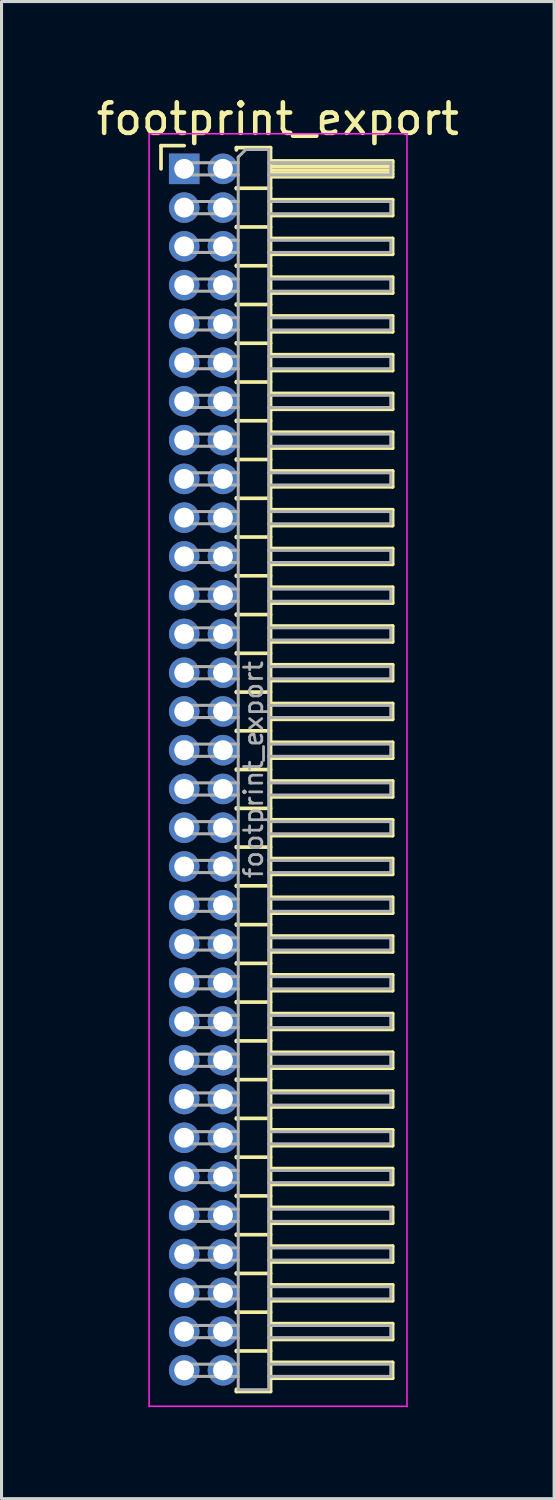
<source format=kicad_pcb>
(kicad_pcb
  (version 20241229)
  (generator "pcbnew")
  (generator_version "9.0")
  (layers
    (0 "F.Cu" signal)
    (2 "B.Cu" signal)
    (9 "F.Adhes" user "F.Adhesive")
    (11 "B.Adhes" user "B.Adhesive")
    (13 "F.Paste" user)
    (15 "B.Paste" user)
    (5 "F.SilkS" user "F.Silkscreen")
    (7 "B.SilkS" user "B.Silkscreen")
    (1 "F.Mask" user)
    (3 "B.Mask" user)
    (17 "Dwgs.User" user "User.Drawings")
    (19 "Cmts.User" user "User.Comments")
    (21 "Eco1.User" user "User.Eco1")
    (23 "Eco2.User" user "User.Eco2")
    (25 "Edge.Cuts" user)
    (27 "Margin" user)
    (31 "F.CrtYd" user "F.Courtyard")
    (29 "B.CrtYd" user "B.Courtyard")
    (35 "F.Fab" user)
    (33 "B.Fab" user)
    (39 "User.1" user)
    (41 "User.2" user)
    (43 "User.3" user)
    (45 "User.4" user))
  (footprint "footprint_export"
    (layer "F.Cu")
    (at 2.986 2.483)
    (property "Reference" "footprint_export" (at 3.067 -1.635 0) (layer "F.SilkS") (effects (font (size 1 1) (thickness 0.15))))
    (attr through_hole)
    (fp_line (start -0.76 -0.76) (end 0 -0.76) (stroke (width 0.12) (type solid)) (layer "F.SilkS"))
    (fp_line (start -0.76 0) (end -0.76 -0.76) (stroke (width 0.12) (type solid)) (layer "F.SilkS"))
    (fp_line (start 1.71 -0.695) (end 2.83 -0.695) (stroke (width 0.12) (type solid)) (layer "F.SilkS"))
    (fp_line (start 1.71 -0.62) (end 1.71 -0.695) (stroke (width 0.12) (type solid)) (layer "F.SilkS"))
    (fp_line (start 1.71 0.62) (end 1.71 0.65) (stroke (width 0.12) (type solid)) (layer "F.SilkS"))
    (fp_line (start 1.71 0.635) (end 2.83 0.635) (stroke (width 0.12) (type solid)) (layer "F.SilkS"))
    (fp_line (start 1.71 1.89) (end 1.71 1.92) (stroke (width 0.12) (type solid)) (layer "F.SilkS"))
    (fp_line (start 1.71 1.905) (end 2.83 1.905) (stroke (width 0.12) (type solid)) (layer "F.SilkS"))
    (fp_line (start 1.71 3.16) (end 1.71 3.19) (stroke (width 0.12) (type solid)) (layer "F.SilkS"))
    (fp_line (start 1.71 3.175) (end 2.83 3.175) (stroke (width 0.12) (type solid)) (layer "F.SilkS"))
    (fp_line (start 1.71 4.43) (end 1.71 4.46) (stroke (width 0.12) (type solid)) (layer "F.SilkS"))
    (fp_line (start 1.71 4.445) (end 2.83 4.445) (stroke (width 0.12) (type solid)) (layer "F.SilkS"))
    (fp_line (start 1.71 5.7) (end 1.71 5.73) (stroke (width 0.12) (type solid)) (layer "F.SilkS"))
    (fp_line (start 1.71 5.715) (end 2.83 5.715) (stroke (width 0.12) (type solid)) (layer "F.SilkS"))
    (fp_line (start 1.71 6.97) (end 1.71 7) (stroke (width 0.12) (type solid)) (layer "F.SilkS"))
    (fp_line (start 1.71 6.985) (end 2.83 6.985) (stroke (width 0.12) (type solid)) (layer "F.SilkS"))
    (fp_line (start 1.71 8.24) (end 1.71 8.27) (stroke (width 0.12) (type solid)) (layer "F.SilkS"))
    (fp_line (start 1.71 8.255) (end 2.83 8.255) (stroke (width 0.12) (type solid)) (layer "F.SilkS"))
    (fp_line (start 1.71 9.51) (end 1.71 9.54) (stroke (width 0.12) (type solid)) (layer "F.SilkS"))
    (fp_line (start 1.71 9.525) (end 2.83 9.525) (stroke (width 0.12) (type solid)) (layer "F.SilkS"))
    (fp_line (start 1.71 10.78) (end 1.71 10.81) (stroke (width 0.12) (type solid)) (layer "F.SilkS"))
    (fp_line (start 1.71 10.795) (end 2.83 10.795) (stroke (width 0.12) (type solid)) (layer "F.SilkS"))
    (fp_line (start 1.71 12.05) (end 1.71 12.08) (stroke (width 0.12) (type solid)) (layer "F.SilkS"))
    (fp_line (start 1.71 12.065) (end 2.83 12.065) (stroke (width 0.12) (type solid)) (layer "F.SilkS"))
    (fp_line (start 1.71 13.32) (end 1.71 13.35) (stroke (width 0.12) (type solid)) (layer "F.SilkS"))
    (fp_line (start 1.71 13.335) (end 2.83 13.335) (stroke (width 0.12) (type solid)) (layer "F.SilkS"))
    (fp_line (start 1.71 14.59) (end 1.71 14.62) (stroke (width 0.12) (type solid)) (layer "F.SilkS"))
    (fp_line (start 1.71 14.605) (end 2.83 14.605) (stroke (width 0.12) (type solid)) (layer "F.SilkS"))
    (fp_line (start 1.71 15.86) (end 1.71 15.89) (stroke (width 0.12) (type solid)) (layer "F.SilkS"))
    (fp_line (start 1.71 15.875) (end 2.83 15.875) (stroke (width 0.12) (type solid)) (layer "F.SilkS"))
    (fp_line (start 1.71 17.13) (end 1.71 17.16) (stroke (width 0.12) (type solid)) (layer "F.SilkS"))
    (fp_line (start 1.71 17.145) (end 2.83 17.145) (stroke (width 0.12) (type solid)) (layer "F.SilkS"))
    (fp_line (start 1.71 18.4) (end 1.71 18.43) (stroke (width 0.12) (type solid)) (layer "F.SilkS"))
    (fp_line (start 1.71 18.415) (end 2.83 18.415) (stroke (width 0.12) (type solid)) (layer "F.SilkS"))
    (fp_line (start 1.71 19.67) (end 1.71 19.7) (stroke (width 0.12) (type solid)) (layer "F.SilkS"))
    (fp_line (start 1.71 19.685) (end 2.83 19.685) (stroke (width 0.12) (type solid)) (layer "F.SilkS"))
    (fp_line (start 1.71 20.94) (end 1.71 20.97) (stroke (width 0.12) (type solid)) (layer "F.SilkS"))
    (fp_line (start 1.71 20.955) (end 2.83 20.955) (stroke (width 0.12) (type solid)) (layer "F.SilkS"))
    (fp_line (start 1.71 22.21) (end 1.71 22.24) (stroke (width 0.12) (type solid)) (layer "F.SilkS"))
    (fp_line (start 1.71 22.225) (end 2.83 22.225) (stroke (width 0.12) (type solid)) (layer "F.SilkS"))
    (fp_line (start 1.71 23.48) (end 1.71 23.51) (stroke (width 0.12) (type solid)) (layer "F.SilkS"))
    (fp_line (start 1.71 23.495) (end 2.83 23.495) (stroke (width 0.12) (type solid)) (layer "F.SilkS"))
    (fp_line (start 1.71 24.75) (end 1.71 24.78) (stroke (width 0.12) (type solid)) (layer "F.SilkS"))
    (fp_line (start 1.71 24.765) (end 2.83 24.765) (stroke (width 0.12) (type solid)) (layer "F.SilkS"))
    (fp_line (start 1.71 26.02) (end 1.71 26.05) (stroke (width 0.12) (type solid)) (layer "F.SilkS"))
    (fp_line (start 1.71 26.035) (end 2.83 26.035) (stroke (width 0.12) (type solid)) (layer "F.SilkS"))
    (fp_line (start 1.71 27.29) (end 1.71 27.32) (stroke (width 0.12) (type solid)) (layer "F.SilkS"))
    (fp_line (start 1.71 27.305) (end 2.83 27.305) (stroke (width 0.12) (type solid)) (layer "F.SilkS"))
    (fp_line (start 1.71 28.56) (end 1.71 28.59) (stroke (width 0.12) (type solid)) (layer "F.SilkS"))
    (fp_line (start 1.71 28.575) (end 2.83 28.575) (stroke (width 0.12) (type solid)) (layer "F.SilkS"))
    (fp_line (start 1.71 29.83) (end 1.71 29.86) (stroke (width 0.12) (type solid)) (layer "F.SilkS"))
    (fp_line (start 1.71 29.845) (end 2.83 29.845) (stroke (width 0.12) (type solid)) (layer "F.SilkS"))
    (fp_line (start 1.71 31.1) (end 1.71 31.13) (stroke (width 0.12) (type solid)) (layer "F.SilkS"))
    (fp_line (start 1.71 31.115) (end 2.83 31.115) (stroke (width 0.12) (type solid)) (layer "F.SilkS"))
    (fp_line (start 1.71 32.37) (end 1.71 32.4) (stroke (width 0.12) (type solid)) (layer "F.SilkS"))
    (fp_line (start 1.71 32.385) (end 2.83 32.385) (stroke (width 0.12) (type solid)) (layer "F.SilkS"))
    (fp_line (start 1.71 33.64) (end 1.71 33.67) (stroke (width 0.12) (type solid)) (layer "F.SilkS"))
    (fp_line (start 1.71 33.655) (end 2.83 33.655) (stroke (width 0.12) (type solid)) (layer "F.SilkS"))
    (fp_line (start 1.71 34.91) (end 1.71 34.94) (stroke (width 0.12) (type solid)) (layer "F.SilkS"))
    (fp_line (start 1.71 34.925) (end 2.83 34.925) (stroke (width 0.12) (type solid)) (layer "F.SilkS"))
    (fp_line (start 1.71 36.18) (end 1.71 36.21) (stroke (width 0.12) (type solid)) (layer "F.SilkS"))
    (fp_line (start 1.71 36.195) (end 2.83 36.195) (stroke (width 0.12) (type solid)) (layer "F.SilkS"))
    (fp_line (start 1.71 37.45) (end 1.71 37.48) (stroke (width 0.12) (type solid)) (layer "F.SilkS"))
    (fp_line (start 1.71 37.465) (end 2.83 37.465) (stroke (width 0.12) (type solid)) (layer "F.SilkS"))
    (fp_line (start 1.71 38.72) (end 1.71 38.75) (stroke (width 0.12) (type solid)) (layer "F.SilkS"))
    (fp_line (start 1.71 38.735) (end 2.83 38.735) (stroke (width 0.12) (type solid)) (layer "F.SilkS"))
    (fp_line (start 1.71 40.065) (end 1.71 39.99) (stroke (width 0.12) (type solid)) (layer "F.SilkS"))
    (fp_line (start 2.83 -0.695) (end 2.83 40.065) (stroke (width 0.12) (type solid)) (layer "F.SilkS"))
    (fp_line (start 2.83 -0.26) (end 6.83 -0.26) (stroke (width 0.12) (type solid)) (layer "F.SilkS"))
    (fp_line (start 2.83 -0.2) (end 6.83 -0.2) (stroke (width 0.12) (type solid)) (layer "F.SilkS"))
    (fp_line (start 2.83 -0.08) (end 6.83 -0.08) (stroke (width 0.12) (type solid)) (layer "F.SilkS"))
    (fp_line (start 2.83 0.04) (end 6.83 0.04) (stroke (width 0.12) (type solid)) (layer "F.SilkS"))
    (fp_line (start 2.83 0.16) (end 6.83 0.16) (stroke (width 0.12) (type solid)) (layer "F.SilkS"))
    (fp_line (start 2.83 1.01) (end 6.83 1.01) (stroke (width 0.12) (type solid)) (layer "F.SilkS"))
    (fp_line (start 2.83 2.28) (end 6.83 2.28) (stroke (width 0.12) (type solid)) (layer "F.SilkS"))
    (fp_line (start 2.83 3.55) (end 6.83 3.55) (stroke (width 0.12) (type solid)) (layer "F.SilkS"))
    (fp_line (start 2.83 4.82) (end 6.83 4.82) (stroke (width 0.12) (type solid)) (layer "F.SilkS"))
    (fp_line (start 2.83 6.09) (end 6.83 6.09) (stroke (width 0.12) (type solid)) (layer "F.SilkS"))
    (fp_line (start 2.83 7.36) (end 6.83 7.36) (stroke (width 0.12) (type solid)) (layer "F.SilkS"))
    (fp_line (start 2.83 8.63) (end 6.83 8.63) (stroke (width 0.12) (type solid)) (layer "F.SilkS"))
    (fp_line (start 2.83 9.9) (end 6.83 9.9) (stroke (width 0.12) (type solid)) (layer "F.SilkS"))
    (fp_line (start 2.83 11.17) (end 6.83 11.17) (stroke (width 0.12) (type solid)) (layer "F.SilkS"))
    (fp_line (start 2.83 12.44) (end 6.83 12.44) (stroke (width 0.12) (type solid)) (layer "F.SilkS"))
    (fp_line (start 2.83 13.71) (end 6.83 13.71) (stroke (width 0.12) (type solid)) (layer "F.SilkS"))
    (fp_line (start 2.83 14.98) (end 6.83 14.98) (stroke (width 0.12) (type solid)) (layer "F.SilkS"))
    (fp_line (start 2.83 16.25) (end 6.83 16.25) (stroke (width 0.12) (type solid)) (layer "F.SilkS"))
    (fp_line (start 2.83 17.52) (end 6.83 17.52) (stroke (width 0.12) (type solid)) (layer "F.SilkS"))
    (fp_line (start 2.83 18.79) (end 6.83 18.79) (stroke (width 0.12) (type solid)) (layer "F.SilkS"))
    (fp_line (start 2.83 20.06) (end 6.83 20.06) (stroke (width 0.12) (type solid)) (layer "F.SilkS"))
    (fp_line (start 2.83 21.33) (end 6.83 21.33) (stroke (width 0.12) (type solid)) (layer "F.SilkS"))
    (fp_line (start 2.83 22.6) (end 6.83 22.6) (stroke (width 0.12) (type solid)) (layer "F.SilkS"))
    (fp_line (start 2.83 23.87) (end 6.83 23.87) (stroke (width 0.12) (type solid)) (layer "F.SilkS"))
    (fp_line (start 2.83 25.14) (end 6.83 25.14) (stroke (width 0.12) (type solid)) (layer "F.SilkS"))
    (fp_line (start 2.83 26.41) (end 6.83 26.41) (stroke (width 0.12) (type solid)) (layer "F.SilkS"))
    (fp_line (start 2.83 27.68) (end 6.83 27.68) (stroke (width 0.12) (type solid)) (layer "F.SilkS"))
    (fp_line (start 2.83 28.95) (end 6.83 28.95) (stroke (width 0.12) (type solid)) (layer "F.SilkS"))
    (fp_line (start 2.83 30.22) (end 6.83 30.22) (stroke (width 0.12) (type solid)) (layer "F.SilkS"))
    (fp_line (start 2.83 31.49) (end 6.83 31.49) (stroke (width 0.12) (type solid)) (layer "F.SilkS"))
    (fp_line (start 2.83 32.76) (end 6.83 32.76) (stroke (width 0.12) (type solid)) (layer "F.SilkS"))
    (fp_line (start 2.83 34.03) (end 6.83 34.03) (stroke (width 0.12) (type solid)) (layer "F.SilkS"))
    (fp_line (start 2.83 35.3) (end 6.83 35.3) (stroke (width 0.12) (type solid)) (layer "F.SilkS"))
    (fp_line (start 2.83 36.57) (end 6.83 36.57) (stroke (width 0.12) (type solid)) (layer "F.SilkS"))
    (fp_line (start 2.83 37.84) (end 6.83 37.84) (stroke (width 0.12) (type solid)) (layer "F.SilkS"))
    (fp_line (start 2.83 39.11) (end 6.83 39.11) (stroke (width 0.12) (type solid)) (layer "F.SilkS"))
    (fp_line (start 2.83 40.065) (end 1.71 40.065) (stroke (width 0.12) (type solid)) (layer "F.SilkS"))
    (fp_line (start 6.83 -0.26) (end 6.83 0.26) (stroke (width 0.12) (type solid)) (layer "F.SilkS"))
    (fp_line (start 6.83 0.26) (end 2.83 0.26) (stroke (width 0.12) (type solid)) (layer "F.SilkS"))
    (fp_line (start 6.83 1.01) (end 6.83 1.53) (stroke (width 0.12) (type solid)) (layer "F.SilkS"))
    (fp_line (start 6.83 1.53) (end 2.83 1.53) (stroke (width 0.12) (type solid)) (layer "F.SilkS"))
    (fp_line (start 6.83 2.28) (end 6.83 2.8) (stroke (width 0.12) (type solid)) (layer "F.SilkS"))
    (fp_line (start 6.83 2.8) (end 2.83 2.8) (stroke (width 0.12) (type solid)) (layer "F.SilkS"))
    (fp_line (start 6.83 3.55) (end 6.83 4.07) (stroke (width 0.12) (type solid)) (layer "F.SilkS"))
    (fp_line (start 6.83 4.07) (end 2.83 4.07) (stroke (width 0.12) (type solid)) (layer "F.SilkS"))
    (fp_line (start 6.83 4.82) (end 6.83 5.34) (stroke (width 0.12) (type solid)) (layer "F.SilkS"))
    (fp_line (start 6.83 5.34) (end 2.83 5.34) (stroke (width 0.12) (type solid)) (layer "F.SilkS"))
    (fp_line (start 6.83 6.09) (end 6.83 6.61) (stroke (width 0.12) (type solid)) (layer "F.SilkS"))
    (fp_line (start 6.83 6.61) (end 2.83 6.61) (stroke (width 0.12) (type solid)) (layer "F.SilkS"))
    (fp_line (start 6.83 7.36) (end 6.83 7.88) (stroke (width 0.12) (type solid)) (layer "F.SilkS"))
    (fp_line (start 6.83 7.88) (end 2.83 7.88) (stroke (width 0.12) (type solid)) (layer "F.SilkS"))
    (fp_line (start 6.83 8.63) (end 6.83 9.15) (stroke (width 0.12) (type solid)) (layer "F.SilkS"))
    (fp_line (start 6.83 9.15) (end 2.83 9.15) (stroke (width 0.12) (type solid)) (layer "F.SilkS"))
    (fp_line (start 6.83 9.9) (end 6.83 10.42) (stroke (width 0.12) (type solid)) (layer "F.SilkS"))
    (fp_line (start 6.83 10.42) (end 2.83 10.42) (stroke (width 0.12) (type solid)) (layer "F.SilkS"))
    (fp_line (start 6.83 11.17) (end 6.83 11.69) (stroke (width 0.12) (type solid)) (layer "F.SilkS"))
    (fp_line (start 6.83 11.69) (end 2.83 11.69) (stroke (width 0.12) (type solid)) (layer "F.SilkS"))
    (fp_line (start 6.83 12.44) (end 6.83 12.96) (stroke (width 0.12) (type solid)) (layer "F.SilkS"))
    (fp_line (start 6.83 12.96) (end 2.83 12.96) (stroke (width 0.12) (type solid)) (layer "F.SilkS"))
    (fp_line (start 6.83 13.71) (end 6.83 14.23) (stroke (width 0.12) (type solid)) (layer "F.SilkS"))
    (fp_line (start 6.83 14.23) (end 2.83 14.23) (stroke (width 0.12) (type solid)) (layer "F.SilkS"))
    (fp_line (start 6.83 14.98) (end 6.83 15.5) (stroke (width 0.12) (type solid)) (layer "F.SilkS"))
    (fp_line (start 6.83 15.5) (end 2.83 15.5) (stroke (width 0.12) (type solid)) (layer "F.SilkS"))
    (fp_line (start 6.83 16.25) (end 6.83 16.77) (stroke (width 0.12) (type solid)) (layer "F.SilkS"))
    (fp_line (start 6.83 16.77) (end 2.83 16.77) (stroke (width 0.12) (type solid)) (layer "F.SilkS"))
    (fp_line (start 6.83 17.52) (end 6.83 18.04) (stroke (width 0.12) (type solid)) (layer "F.SilkS"))
    (fp_line (start 6.83 18.04) (end 2.83 18.04) (stroke (width 0.12) (type solid)) (layer "F.SilkS"))
    (fp_line (start 6.83 18.79) (end 6.83 19.31) (stroke (width 0.12) (type solid)) (layer "F.SilkS"))
    (fp_line (start 6.83 19.31) (end 2.83 19.31) (stroke (width 0.12) (type solid)) (layer "F.SilkS"))
    (fp_line (start 6.83 20.06) (end 6.83 20.58) (stroke (width 0.12) (type solid)) (layer "F.SilkS"))
    (fp_line (start 6.83 20.58) (end 2.83 20.58) (stroke (width 0.12) (type solid)) (layer "F.SilkS"))
    (fp_line (start 6.83 21.33) (end 6.83 21.85) (stroke (width 0.12) (type solid)) (layer "F.SilkS"))
    (fp_line (start 6.83 21.85) (end 2.83 21.85) (stroke (width 0.12) (type solid)) (layer "F.SilkS"))
    (fp_line (start 6.83 22.6) (end 6.83 23.12) (stroke (width 0.12) (type solid)) (layer "F.SilkS"))
    (fp_line (start 6.83 23.12) (end 2.83 23.12) (stroke (width 0.12) (type solid)) (layer "F.SilkS"))
    (fp_line (start 6.83 23.87) (end 6.83 24.39) (stroke (width 0.12) (type solid)) (layer "F.SilkS"))
    (fp_line (start 6.83 24.39) (end 2.83 24.39) (stroke (width 0.12) (type solid)) (layer "F.SilkS"))
    (fp_line (start 6.83 25.14) (end 6.83 25.66) (stroke (width 0.12) (type solid)) (layer "F.SilkS"))
    (fp_line (start 6.83 25.66) (end 2.83 25.66) (stroke (width 0.12) (type solid)) (layer "F.SilkS"))
    (fp_line (start 6.83 26.41) (end 6.83 26.93) (stroke (width 0.12) (type solid)) (layer "F.SilkS"))
    (fp_line (start 6.83 26.93) (end 2.83 26.93) (stroke (width 0.12) (type solid)) (layer "F.SilkS"))
    (fp_line (start 6.83 27.68) (end 6.83 28.2) (stroke (width 0.12) (type solid)) (layer "F.SilkS"))
    (fp_line (start 6.83 28.2) (end 2.83 28.2) (stroke (width 0.12) (type solid)) (layer "F.SilkS"))
    (fp_line (start 6.83 28.95) (end 6.83 29.47) (stroke (width 0.12) (type solid)) (layer "F.SilkS"))
    (fp_line (start 6.83 29.47) (end 2.83 29.47) (stroke (width 0.12) (type solid)) (layer "F.SilkS"))
    (fp_line (start 6.83 30.22) (end 6.83 30.74) (stroke (width 0.12) (type solid)) (layer "F.SilkS"))
    (fp_line (start 6.83 30.74) (end 2.83 30.74) (stroke (width 0.12) (type solid)) (layer "F.SilkS"))
    (fp_line (start 6.83 31.49) (end 6.83 32.01) (stroke (width 0.12) (type solid)) (layer "F.SilkS"))
    (fp_line (start 6.83 32.01) (end 2.83 32.01) (stroke (width 0.12) (type solid)) (layer "F.SilkS"))
    (fp_line (start 6.83 32.76) (end 6.83 33.28) (stroke (width 0.12) (type solid)) (layer "F.SilkS"))
    (fp_line (start 6.83 33.28) (end 2.83 33.28) (stroke (width 0.12) (type solid)) (layer "F.SilkS"))
    (fp_line (start 6.83 34.03) (end 6.83 34.55) (stroke (width 0.12) (type solid)) (layer "F.SilkS"))
    (fp_line (start 6.83 34.55) (end 2.83 34.55) (stroke (width 0.12) (type solid)) (layer "F.SilkS"))
    (fp_line (start 6.83 35.3) (end 6.83 35.82) (stroke (width 0.12) (type solid)) (layer "F.SilkS"))
    (fp_line (start 6.83 35.82) (end 2.83 35.82) (stroke (width 0.12) (type solid)) (layer "F.SilkS"))
    (fp_line (start 6.83 36.57) (end 6.83 37.09) (stroke (width 0.12) (type solid)) (layer "F.SilkS"))
    (fp_line (start 6.83 37.09) (end 2.83 37.09) (stroke (width 0.12) (type solid)) (layer "F.SilkS"))
    (fp_line (start 6.83 37.84) (end 6.83 38.36) (stroke (width 0.12) (type solid)) (layer "F.SilkS"))
    (fp_line (start 6.83 38.36) (end 2.83 38.36) (stroke (width 0.12) (type solid)) (layer "F.SilkS"))
    (fp_line (start 6.83 39.11) (end 6.83 39.63) (stroke (width 0.12) (type solid)) (layer "F.SilkS"))
    (fp_line (start 6.83 39.63) (end 2.83 39.63) (stroke (width 0.12) (type solid)) (layer "F.SilkS"))
    (fp_line (start -1.15 -1.15) (end -1.15 40.55) (stroke (width 0.05) (type solid)) (layer "F.CrtYd"))
    (fp_line (start -1.15 40.55) (end 7.3 40.55) (stroke (width 0.05) (type solid)) (layer "F.CrtYd"))
    (fp_line (start 7.3 -1.15) (end -1.15 -1.15) (stroke (width 0.05) (type solid)) (layer "F.CrtYd"))
    (fp_line (start 7.3 40.55) (end 7.3 -1.15) (stroke (width 0.05) (type solid)) (layer "F.CrtYd"))
    (fp_line (start -0.2 -0.2) (end -0.2 0.2) (stroke (width 0.1) (type solid)) (layer "F.Fab"))
    (fp_line (start -0.2 -0.2) (end 1.77 -0.2) (stroke (width 0.1) (type solid)) (layer "F.Fab"))
    (fp_line (start -0.2 0.2) (end 1.77 0.2) (stroke (width 0.1) (type solid)) (layer "F.Fab"))
    (fp_line (start -0.2 1.07) (end -0.2 1.47) (stroke (width 0.1) (type solid)) (layer "F.Fab"))
    (fp_line (start -0.2 1.07) (end 1.77 1.07) (stroke (width 0.1) (type solid)) (layer "F.Fab"))
    (fp_line (start -0.2 1.47) (end 1.77 1.47) (stroke (width 0.1) (type solid)) (layer "F.Fab"))
    (fp_line (start -0.2 2.34) (end -0.2 2.74) (stroke (width 0.1) (type solid)) (layer "F.Fab"))
    (fp_line (start -0.2 2.34) (end 1.77 2.34) (stroke (width 0.1) (type solid)) (layer "F.Fab"))
    (fp_line (start -0.2 2.74) (end 1.77 2.74) (stroke (width 0.1) (type solid)) (layer "F.Fab"))
    (fp_line (start -0.2 3.61) (end -0.2 4.01) (stroke (width 0.1) (type solid)) (layer "F.Fab"))
    (fp_line (start -0.2 3.61) (end 1.77 3.61) (stroke (width 0.1) (type solid)) (layer "F.Fab"))
    (fp_line (start -0.2 4.01) (end 1.77 4.01) (stroke (width 0.1) (type solid)) (layer "F.Fab"))
    (fp_line (start -0.2 4.88) (end -0.2 5.28) (stroke (width 0.1) (type solid)) (layer "F.Fab"))
    (fp_line (start -0.2 4.88) (end 1.77 4.88) (stroke (width 0.1) (type solid)) (layer "F.Fab"))
    (fp_line (start -0.2 5.28) (end 1.77 5.28) (stroke (width 0.1) (type solid)) (layer "F.Fab"))
    (fp_line (start -0.2 6.15) (end -0.2 6.55) (stroke (width 0.1) (type solid)) (layer "F.Fab"))
    (fp_line (start -0.2 6.15) (end 1.77 6.15) (stroke (width 0.1) (type solid)) (layer "F.Fab"))
    (fp_line (start -0.2 6.55) (end 1.77 6.55) (stroke (width 0.1) (type solid)) (layer "F.Fab"))
    (fp_line (start -0.2 7.42) (end -0.2 7.82) (stroke (width 0.1) (type solid)) (layer "F.Fab"))
    (fp_line (start -0.2 7.42) (end 1.77 7.42) (stroke (width 0.1) (type solid)) (layer "F.Fab"))
    (fp_line (start -0.2 7.82) (end 1.77 7.82) (stroke (width 0.1) (type solid)) (layer "F.Fab"))
    (fp_line (start -0.2 8.69) (end -0.2 9.09) (stroke (width 0.1) (type solid)) (layer "F.Fab"))
    (fp_line (start -0.2 8.69) (end 1.77 8.69) (stroke (width 0.1) (type solid)) (layer "F.Fab"))
    (fp_line (start -0.2 9.09) (end 1.77 9.09) (stroke (width 0.1) (type solid)) (layer "F.Fab"))
    (fp_line (start -0.2 9.96) (end -0.2 10.36) (stroke (width 0.1) (type solid)) (layer "F.Fab"))
    (fp_line (start -0.2 9.96) (end 1.77 9.96) (stroke (width 0.1) (type solid)) (layer "F.Fab"))
    (fp_line (start -0.2 10.36) (end 1.77 10.36) (stroke (width 0.1) (type solid)) (layer "F.Fab"))
    (fp_line (start -0.2 11.23) (end -0.2 11.63) (stroke (width 0.1) (type solid)) (layer "F.Fab"))
    (fp_line (start -0.2 11.23) (end 1.77 11.23) (stroke (width 0.1) (type solid)) (layer "F.Fab"))
    (fp_line (start -0.2 11.63) (end 1.77 11.63) (stroke (width 0.1) (type solid)) (layer "F.Fab"))
    (fp_line (start -0.2 12.5) (end -0.2 12.9) (stroke (width 0.1) (type solid)) (layer "F.Fab"))
    (fp_line (start -0.2 12.5) (end 1.77 12.5) (stroke (width 0.1) (type solid)) (layer "F.Fab"))
    (fp_line (start -0.2 12.9) (end 1.77 12.9) (stroke (width 0.1) (type solid)) (layer "F.Fab"))
    (fp_line (start -0.2 13.77) (end -0.2 14.17) (stroke (width 0.1) (type solid)) (layer "F.Fab"))
    (fp_line (start -0.2 13.77) (end 1.77 13.77) (stroke (width 0.1) (type solid)) (layer "F.Fab"))
    (fp_line (start -0.2 14.17) (end 1.77 14.17) (stroke (width 0.1) (type solid)) (layer "F.Fab"))
    (fp_line (start -0.2 15.04) (end -0.2 15.44) (stroke (width 0.1) (type solid)) (layer "F.Fab"))
    (fp_line (start -0.2 15.04) (end 1.77 15.04) (stroke (width 0.1) (type solid)) (layer "F.Fab"))
    (fp_line (start -0.2 15.44) (end 1.77 15.44) (stroke (width 0.1) (type solid)) (layer "F.Fab"))
    (fp_line (start -0.2 16.31) (end -0.2 16.71) (stroke (width 0.1) (type solid)) (layer "F.Fab"))
    (fp_line (start -0.2 16.31) (end 1.77 16.31) (stroke (width 0.1) (type solid)) (layer "F.Fab"))
    (fp_line (start -0.2 16.71) (end 1.77 16.71) (stroke (width 0.1) (type solid)) (layer "F.Fab"))
    (fp_line (start -0.2 17.58) (end -0.2 17.98) (stroke (width 0.1) (type solid)) (layer "F.Fab"))
    (fp_line (start -0.2 17.58) (end 1.77 17.58) (stroke (width 0.1) (type solid)) (layer "F.Fab"))
    (fp_line (start -0.2 17.98) (end 1.77 17.98) (stroke (width 0.1) (type solid)) (layer "F.Fab"))
    (fp_line (start -0.2 18.85) (end -0.2 19.25) (stroke (width 0.1) (type solid)) (layer "F.Fab"))
    (fp_line (start -0.2 18.85) (end 1.77 18.85) (stroke (width 0.1) (type solid)) (layer "F.Fab"))
    (fp_line (start -0.2 19.25) (end 1.77 19.25) (stroke (width 0.1) (type solid)) (layer "F.Fab"))
    (fp_line (start -0.2 20.12) (end -0.2 20.52) (stroke (width 0.1) (type solid)) (layer "F.Fab"))
    (fp_line (start -0.2 20.12) (end 1.77 20.12) (stroke (width 0.1) (type solid)) (layer "F.Fab"))
    (fp_line (start -0.2 20.52) (end 1.77 20.52) (stroke (width 0.1) (type solid)) (layer "F.Fab"))
    (fp_line (start -0.2 21.39) (end -0.2 21.79) (stroke (width 0.1) (type solid)) (layer "F.Fab"))
    (fp_line (start -0.2 21.39) (end 1.77 21.39) (stroke (width 0.1) (type solid)) (layer "F.Fab"))
    (fp_line (start -0.2 21.79) (end 1.77 21.79) (stroke (width 0.1) (type solid)) (layer "F.Fab"))
    (fp_line (start -0.2 22.66) (end -0.2 23.06) (stroke (width 0.1) (type solid)) (layer "F.Fab"))
    (fp_line (start -0.2 22.66) (end 1.77 22.66) (stroke (width 0.1) (type solid)) (layer "F.Fab"))
    (fp_line (start -0.2 23.06) (end 1.77 23.06) (stroke (width 0.1) (type solid)) (layer "F.Fab"))
    (fp_line (start -0.2 23.93) (end -0.2 24.33) (stroke (width 0.1) (type solid)) (layer "F.Fab"))
    (fp_line (start -0.2 23.93) (end 1.77 23.93) (stroke (width 0.1) (type solid)) (layer "F.Fab"))
    (fp_line (start -0.2 24.33) (end 1.77 24.33) (stroke (width 0.1) (type solid)) (layer "F.Fab"))
    (fp_line (start -0.2 25.2) (end -0.2 25.6) (stroke (width 0.1) (type solid)) (layer "F.Fab"))
    (fp_line (start -0.2 25.2) (end 1.77 25.2) (stroke (width 0.1) (type solid)) (layer "F.Fab"))
    (fp_line (start -0.2 25.6) (end 1.77 25.6) (stroke (width 0.1) (type solid)) (layer "F.Fab"))
    (fp_line (start -0.2 26.47) (end -0.2 26.87) (stroke (width 0.1) (type solid)) (layer "F.Fab"))
    (fp_line (start -0.2 26.47) (end 1.77 26.47) (stroke (width 0.1) (type solid)) (layer "F.Fab"))
    (fp_line (start -0.2 26.87) (end 1.77 26.87) (stroke (width 0.1) (type solid)) (layer "F.Fab"))
    (fp_line (start -0.2 27.74) (end -0.2 28.14) (stroke (width 0.1) (type solid)) (layer "F.Fab"))
    (fp_line (start -0.2 27.74) (end 1.77 27.74) (stroke (width 0.1) (type solid)) (layer "F.Fab"))
    (fp_line (start -0.2 28.14) (end 1.77 28.14) (stroke (width 0.1) (type solid)) (layer "F.Fab"))
    (fp_line (start -0.2 29.01) (end -0.2 29.41) (stroke (width 0.1) (type solid)) (layer "F.Fab"))
    (fp_line (start -0.2 29.01) (end 1.77 29.01) (stroke (width 0.1) (type solid)) (layer "F.Fab"))
    (fp_line (start -0.2 29.41) (end 1.77 29.41) (stroke (width 0.1) (type solid)) (layer "F.Fab"))
    (fp_line (start -0.2 30.28) (end -0.2 30.68) (stroke (width 0.1) (type solid)) (layer "F.Fab"))
    (fp_line (start -0.2 30.28) (end 1.77 30.28) (stroke (width 0.1) (type solid)) (layer "F.Fab"))
    (fp_line (start -0.2 30.68) (end 1.77 30.68) (stroke (width 0.1) (type solid)) (layer "F.Fab"))
    (fp_line (start -0.2 31.55) (end -0.2 31.95) (stroke (width 0.1) (type solid)) (layer "F.Fab"))
    (fp_line (start -0.2 31.55) (end 1.77 31.55) (stroke (width 0.1) (type solid)) (layer "F.Fab"))
    (fp_line (start -0.2 31.95) (end 1.77 31.95) (stroke (width 0.1) (type solid)) (layer "F.Fab"))
    (fp_line (start -0.2 32.82) (end -0.2 33.22) (stroke (width 0.1) (type solid)) (layer "F.Fab"))
    (fp_line (start -0.2 32.82) (end 1.77 32.82) (stroke (width 0.1) (type solid)) (layer "F.Fab"))
    (fp_line (start -0.2 33.22) (end 1.77 33.22) (stroke (width 0.1) (type solid)) (layer "F.Fab"))
    (fp_line (start -0.2 34.09) (end -0.2 34.49) (stroke (width 0.1) (type solid)) (layer "F.Fab"))
    (fp_line (start -0.2 34.09) (end 1.77 34.09) (stroke (width 0.1) (type solid)) (layer "F.Fab"))
    (fp_line (start -0.2 34.49) (end 1.77 34.49) (stroke (width 0.1) (type solid)) (layer "F.Fab"))
    (fp_line (start -0.2 35.36) (end -0.2 35.76) (stroke (width 0.1) (type solid)) (layer "F.Fab"))
    (fp_line (start -0.2 35.36) (end 1.77 35.36) (stroke (width 0.1) (type solid)) (layer "F.Fab"))
    (fp_line (start -0.2 35.76) (end 1.77 35.76) (stroke (width 0.1) (type solid)) (layer "F.Fab"))
    (fp_line (start -0.2 36.63) (end -0.2 37.03) (stroke (width 0.1) (type solid)) (layer "F.Fab"))
    (fp_line (start -0.2 36.63) (end 1.77 36.63) (stroke (width 0.1) (type solid)) (layer "F.Fab"))
    (fp_line (start -0.2 37.03) (end 1.77 37.03) (stroke (width 0.1) (type solid)) (layer "F.Fab"))
    (fp_line (start -0.2 37.9) (end -0.2 38.3) (stroke (width 0.1) (type solid)) (layer "F.Fab"))
    (fp_line (start -0.2 37.9) (end 1.77 37.9) (stroke (width 0.1) (type solid)) (layer "F.Fab"))
    (fp_line (start -0.2 38.3) (end 1.77 38.3) (stroke (width 0.1) (type solid)) (layer "F.Fab"))
    (fp_line (start -0.2 39.17) (end -0.2 39.57) (stroke (width 0.1) (type solid)) (layer "F.Fab"))
    (fp_line (start -0.2 39.17) (end 1.77 39.17) (stroke (width 0.1) (type solid)) (layer "F.Fab"))
    (fp_line (start -0.2 39.57) (end 1.77 39.57) (stroke (width 0.1) (type solid)) (layer "F.Fab"))
    (fp_line (start 1.77 -0.385) (end 2.02 -0.635) (stroke (width 0.1) (type solid)) (layer "F.Fab"))
    (fp_line (start 1.77 40.005) (end 1.77 -0.385) (stroke (width 0.1) (type solid)) (layer "F.Fab"))
    (fp_line (start 2.02 -0.635) (end 2.77 -0.635) (stroke (width 0.1) (type solid)) (layer "F.Fab"))
    (fp_line (start 2.77 -0.635) (end 2.77 40.005) (stroke (width 0.1) (type solid)) (layer "F.Fab"))
    (fp_line (start 2.77 -0.2) (end 6.77 -0.2) (stroke (width 0.1) (type solid)) (layer "F.Fab"))
    (fp_line (start 2.77 0.2) (end 6.77 0.2) (stroke (width 0.1) (type solid)) (layer "F.Fab"))
    (fp_line (start 2.77 1.07) (end 6.77 1.07) (stroke (width 0.1) (type solid)) (layer "F.Fab"))
    (fp_line (start 2.77 1.47) (end 6.77 1.47) (stroke (width 0.1) (type solid)) (layer "F.Fab"))
    (fp_line (start 2.77 2.34) (end 6.77 2.34) (stroke (width 0.1) (type solid)) (layer "F.Fab"))
    (fp_line (start 2.77 2.74) (end 6.77 2.74) (stroke (width 0.1) (type solid)) (layer "F.Fab"))
    (fp_line (start 2.77 3.61) (end 6.77 3.61) (stroke (width 0.1) (type solid)) (layer "F.Fab"))
    (fp_line (start 2.77 4.01) (end 6.77 4.01) (stroke (width 0.1) (type solid)) (layer "F.Fab"))
    (fp_line (start 2.77 4.88) (end 6.77 4.88) (stroke (width 0.1) (type solid)) (layer "F.Fab"))
    (fp_line (start 2.77 5.28) (end 6.77 5.28) (stroke (width 0.1) (type solid)) (layer "F.Fab"))
    (fp_line (start 2.77 6.15) (end 6.77 6.15) (stroke (width 0.1) (type solid)) (layer "F.Fab"))
    (fp_line (start 2.77 6.55) (end 6.77 6.55) (stroke (width 0.1) (type solid)) (layer "F.Fab"))
    (fp_line (start 2.77 7.42) (end 6.77 7.42) (stroke (width 0.1) (type solid)) (layer "F.Fab"))
    (fp_line (start 2.77 7.82) (end 6.77 7.82) (stroke (width 0.1) (type solid)) (layer "F.Fab"))
    (fp_line (start 2.77 8.69) (end 6.77 8.69) (stroke (width 0.1) (type solid)) (layer "F.Fab"))
    (fp_line (start 2.77 9.09) (end 6.77 9.09) (stroke (width 0.1) (type solid)) (layer "F.Fab"))
    (fp_line (start 2.77 9.96) (end 6.77 9.96) (stroke (width 0.1) (type solid)) (layer "F.Fab"))
    (fp_line (start 2.77 10.36) (end 6.77 10.36) (stroke (width 0.1) (type solid)) (layer "F.Fab"))
    (fp_line (start 2.77 11.23) (end 6.77 11.23) (stroke (width 0.1) (type solid)) (layer "F.Fab"))
    (fp_line (start 2.77 11.63) (end 6.77 11.63) (stroke (width 0.1) (type solid)) (layer "F.Fab"))
    (fp_line (start 2.77 12.5) (end 6.77 12.5) (stroke (width 0.1) (type solid)) (layer "F.Fab"))
    (fp_line (start 2.77 12.9) (end 6.77 12.9) (stroke (width 0.1) (type solid)) (layer "F.Fab"))
    (fp_line (start 2.77 13.77) (end 6.77 13.77) (stroke (width 0.1) (type solid)) (layer "F.Fab"))
    (fp_line (start 2.77 14.17) (end 6.77 14.17) (stroke (width 0.1) (type solid)) (layer "F.Fab"))
    (fp_line (start 2.77 15.04) (end 6.77 15.04) (stroke (width 0.1) (type solid)) (layer "F.Fab"))
    (fp_line (start 2.77 15.44) (end 6.77 15.44) (stroke (width 0.1) (type solid)) (layer "F.Fab"))
    (fp_line (start 2.77 16.31) (end 6.77 16.31) (stroke (width 0.1) (type solid)) (layer "F.Fab"))
    (fp_line (start 2.77 16.71) (end 6.77 16.71) (stroke (width 0.1) (type solid)) (layer "F.Fab"))
    (fp_line (start 2.77 17.58) (end 6.77 17.58) (stroke (width 0.1) (type solid)) (layer "F.Fab"))
    (fp_line (start 2.77 17.98) (end 6.77 17.98) (stroke (width 0.1) (type solid)) (layer "F.Fab"))
    (fp_line (start 2.77 18.85) (end 6.77 18.85) (stroke (width 0.1) (type solid)) (layer "F.Fab"))
    (fp_line (start 2.77 19.25) (end 6.77 19.25) (stroke (width 0.1) (type solid)) (layer "F.Fab"))
    (fp_line (start 2.77 20.12) (end 6.77 20.12) (stroke (width 0.1) (type solid)) (layer "F.Fab"))
    (fp_line (start 2.77 20.52) (end 6.77 20.52) (stroke (width 0.1) (type solid)) (layer "F.Fab"))
    (fp_line (start 2.77 21.39) (end 6.77 21.39) (stroke (width 0.1) (type solid)) (layer "F.Fab"))
    (fp_line (start 2.77 21.79) (end 6.77 21.79) (stroke (width 0.1) (type solid)) (layer "F.Fab"))
    (fp_line (start 2.77 22.66) (end 6.77 22.66) (stroke (width 0.1) (type solid)) (layer "F.Fab"))
    (fp_line (start 2.77 23.06) (end 6.77 23.06) (stroke (width 0.1) (type solid)) (layer "F.Fab"))
    (fp_line (start 2.77 23.93) (end 6.77 23.93) (stroke (width 0.1) (type solid)) (layer "F.Fab"))
    (fp_line (start 2.77 24.33) (end 6.77 24.33) (stroke (width 0.1) (type solid)) (layer "F.Fab"))
    (fp_line (start 2.77 25.2) (end 6.77 25.2) (stroke (width 0.1) (type solid)) (layer "F.Fab"))
    (fp_line (start 2.77 25.6) (end 6.77 25.6) (stroke (width 0.1) (type solid)) (layer "F.Fab"))
    (fp_line (start 2.77 26.47) (end 6.77 26.47) (stroke (width 0.1) (type solid)) (layer "F.Fab"))
    (fp_line (start 2.77 26.87) (end 6.77 26.87) (stroke (width 0.1) (type solid)) (layer "F.Fab"))
    (fp_line (start 2.77 27.74) (end 6.77 27.74) (stroke (width 0.1) (type solid)) (layer "F.Fab"))
    (fp_line (start 2.77 28.14) (end 6.77 28.14) (stroke (width 0.1) (type solid)) (layer "F.Fab"))
    (fp_line (start 2.77 29.01) (end 6.77 29.01) (stroke (width 0.1) (type solid)) (layer "F.Fab"))
    (fp_line (start 2.77 29.41) (end 6.77 29.41) (stroke (width 0.1) (type solid)) (layer "F.Fab"))
    (fp_line (start 2.77 30.28) (end 6.77 30.28) (stroke (width 0.1) (type solid)) (layer "F.Fab"))
    (fp_line (start 2.77 30.68) (end 6.77 30.68) (stroke (width 0.1) (type solid)) (layer "F.Fab"))
    (fp_line (start 2.77 31.55) (end 6.77 31.55) (stroke (width 0.1) (type solid)) (layer "F.Fab"))
    (fp_line (start 2.77 31.95) (end 6.77 31.95) (stroke (width 0.1) (type solid)) (layer "F.Fab"))
    (fp_line (start 2.77 32.82) (end 6.77 32.82) (stroke (width 0.1) (type solid)) (layer "F.Fab"))
    (fp_line (start 2.77 33.22) (end 6.77 33.22) (stroke (width 0.1) (type solid)) (layer "F.Fab"))
    (fp_line (start 2.77 34.09) (end 6.77 34.09) (stroke (width 0.1) (type solid)) (layer "F.Fab"))
    (fp_line (start 2.77 34.49) (end 6.77 34.49) (stroke (width 0.1) (type solid)) (layer "F.Fab"))
    (fp_line (start 2.77 35.36) (end 6.77 35.36) (stroke (width 0.1) (type solid)) (layer "F.Fab"))
    (fp_line (start 2.77 35.76) (end 6.77 35.76) (stroke (width 0.1) (type solid)) (layer "F.Fab"))
    (fp_line (start 2.77 36.63) (end 6.77 36.63) (stroke (width 0.1) (type solid)) (layer "F.Fab"))
    (fp_line (start 2.77 37.03) (end 6.77 37.03) (stroke (width 0.1) (type solid)) (layer "F.Fab"))
    (fp_line (start 2.77 37.9) (end 6.77 37.9) (stroke (width 0.1) (type solid)) (layer "F.Fab"))
    (fp_line (start 2.77 38.3) (end 6.77 38.3) (stroke (width 0.1) (type solid)) (layer "F.Fab"))
    (fp_line (start 2.77 39.17) (end 6.77 39.17) (stroke (width 0.1) (type solid)) (layer "F.Fab"))
    (fp_line (start 2.77 39.57) (end 6.77 39.57) (stroke (width 0.1) (type solid)) (layer "F.Fab"))
    (fp_line (start 2.77 40.005) (end 1.77 40.005) (stroke (width 0.1) (type solid)) (layer "F.Fab"))
    (fp_line (start 6.77 -0.2) (end 6.77 0.2) (stroke (width 0.1) (type solid)) (layer "F.Fab"))
    (fp_line (start 6.77 1.07) (end 6.77 1.47) (stroke (width 0.1) (type solid)) (layer "F.Fab"))
    (fp_line (start 6.77 2.34) (end 6.77 2.74) (stroke (width 0.1) (type solid)) (layer "F.Fab"))
    (fp_line (start 6.77 3.61) (end 6.77 4.01) (stroke (width 0.1) (type solid)) (layer "F.Fab"))
    (fp_line (start 6.77 4.88) (end 6.77 5.28) (stroke (width 0.1) (type solid)) (layer "F.Fab"))
    (fp_line (start 6.77 6.15) (end 6.77 6.55) (stroke (width 0.1) (type solid)) (layer "F.Fab"))
    (fp_line (start 6.77 7.42) (end 6.77 7.82) (stroke (width 0.1) (type solid)) (layer "F.Fab"))
    (fp_line (start 6.77 8.69) (end 6.77 9.09) (stroke (width 0.1) (type solid)) (layer "F.Fab"))
    (fp_line (start 6.77 9.96) (end 6.77 10.36) (stroke (width 0.1) (type solid)) (layer "F.Fab"))
    (fp_line (start 6.77 11.23) (end 6.77 11.63) (stroke (width 0.1) (type solid)) (layer "F.Fab"))
    (fp_line (start 6.77 12.5) (end 6.77 12.9) (stroke (width 0.1) (type solid)) (layer "F.Fab"))
    (fp_line (start 6.77 13.77) (end 6.77 14.17) (stroke (width 0.1) (type solid)) (layer "F.Fab"))
    (fp_line (start 6.77 15.04) (end 6.77 15.44) (stroke (width 0.1) (type solid)) (layer "F.Fab"))
    (fp_line (start 6.77 16.31) (end 6.77 16.71) (stroke (width 0.1) (type solid)) (layer "F.Fab"))
    (fp_line (start 6.77 17.58) (end 6.77 17.98) (stroke (width 0.1) (type solid)) (layer "F.Fab"))
    (fp_line (start 6.77 18.85) (end 6.77 19.25) (stroke (width 0.1) (type solid)) (layer "F.Fab"))
    (fp_line (start 6.77 20.12) (end 6.77 20.52) (stroke (width 0.1) (type solid)) (layer "F.Fab"))
    (fp_line (start 6.77 21.39) (end 6.77 21.79) (stroke (width 0.1) (type solid)) (layer "F.Fab"))
    (fp_line (start 6.77 22.66) (end 6.77 23.06) (stroke (width 0.1) (type solid)) (layer "F.Fab"))
    (fp_line (start 6.77 23.93) (end 6.77 24.33) (stroke (width 0.1) (type solid)) (layer "F.Fab"))
    (fp_line (start 6.77 25.2) (end 6.77 25.6) (stroke (width 0.1) (type solid)) (layer "F.Fab"))
    (fp_line (start 6.77 26.47) (end 6.77 26.87) (stroke (width 0.1) (type solid)) (layer "F.Fab"))
    (fp_line (start 6.77 27.74) (end 6.77 28.14) (stroke (width 0.1) (type solid)) (layer "F.Fab"))
    (fp_line (start 6.77 29.01) (end 6.77 29.41) (stroke (width 0.1) (type solid)) (layer "F.Fab"))
    (fp_line (start 6.77 30.28) (end 6.77 30.68) (stroke (width 0.1) (type solid)) (layer "F.Fab"))
    (fp_line (start 6.77 31.55) (end 6.77 31.95) (stroke (width 0.1) (type solid)) (layer "F.Fab"))
    (fp_line (start 6.77 32.82) (end 6.77 33.22) (stroke (width 0.1) (type solid)) (layer "F.Fab"))
    (fp_line (start 6.77 34.09) (end 6.77 34.49) (stroke (width 0.1) (type solid)) (layer "F.Fab"))
    (fp_line (start 6.77 35.36) (end 6.77 35.76) (stroke (width 0.1) (type solid)) (layer "F.Fab"))
    (fp_line (start 6.77 36.63) (end 6.77 37.03) (stroke (width 0.1) (type solid)) (layer "F.Fab"))
    (fp_line (start 6.77 37.9) (end 6.77 38.3) (stroke (width 0.1) (type solid)) (layer "F.Fab"))
    (fp_line (start 6.77 39.17) (end 6.77 39.57) (stroke (width 0.1) (type solid)) (layer "F.Fab"))
    (fp_text user "${REFERENCE}" (at 2.27 19.685 90) (layer "F.Fab") (effects (font (size 0.6 0.6) (thickness 0.09))))
    (pad "1" thru_hole rect (at 0 0) (size 1 1) (drill 0.65) (layers "*.Cu" "*.Mask"))
    (pad "2" thru_hole oval (at 1.27 0) (size 1 1) (drill 0.65) (layers "*.Cu" "*.Mask"))
    (pad "3" thru_hole oval (at 0 1.27) (size 1 1) (drill 0.65) (layers "*.Cu" "*.Mask"))
    (pad "4" thru_hole oval (at 1.27 1.27) (size 1 1) (drill 0.65) (layers "*.Cu" "*.Mask"))
    (pad "5" thru_hole oval (at 0 2.54) (size 1 1) (drill 0.65) (layers "*.Cu" "*.Mask"))
    (pad "6" thru_hole oval (at 1.27 2.54) (size 1 1) (drill 0.65) (layers "*.Cu" "*.Mask"))
    (pad "7" thru_hole oval (at 0 3.81) (size 1 1) (drill 0.65) (layers "*.Cu" "*.Mask"))
    (pad "8" thru_hole oval (at 1.27 3.81) (size 1 1) (drill 0.65) (layers "*.Cu" "*.Mask"))
    (pad "9" thru_hole oval (at 0 5.08) (size 1 1) (drill 0.65) (layers "*.Cu" "*.Mask"))
    (pad "10" thru_hole oval (at 1.27 5.08) (size 1 1) (drill 0.65) (layers "*.Cu" "*.Mask"))
    (pad "11" thru_hole oval (at 0 6.35) (size 1 1) (drill 0.65) (layers "*.Cu" "*.Mask"))
    (pad "12" thru_hole oval (at 1.27 6.35) (size 1 1) (drill 0.65) (layers "*.Cu" "*.Mask"))
    (pad "13" thru_hole oval (at 0 7.62) (size 1 1) (drill 0.65) (layers "*.Cu" "*.Mask"))
    (pad "14" thru_hole oval (at 1.27 7.62) (size 1 1) (drill 0.65) (layers "*.Cu" "*.Mask"))
    (pad "15" thru_hole oval (at 0 8.89) (size 1 1) (drill 0.65) (layers "*.Cu" "*.Mask"))
    (pad "16" thru_hole oval (at 1.27 8.89) (size 1 1) (drill 0.65) (layers "*.Cu" "*.Mask"))
    (pad "17" thru_hole oval (at 0 10.16) (size 1 1) (drill 0.65) (layers "*.Cu" "*.Mask"))
    (pad "18" thru_hole oval (at 1.27 10.16) (size 1 1) (drill 0.65) (layers "*.Cu" "*.Mask"))
    (pad "19" thru_hole oval (at 0 11.43) (size 1 1) (drill 0.65) (layers "*.Cu" "*.Mask"))
    (pad "20" thru_hole oval (at 1.27 11.43) (size 1 1) (drill 0.65) (layers "*.Cu" "*.Mask"))
    (pad "21" thru_hole oval (at 0 12.7) (size 1 1) (drill 0.65) (layers "*.Cu" "*.Mask"))
    (pad "22" thru_hole oval (at 1.27 12.7) (size 1 1) (drill 0.65) (layers "*.Cu" "*.Mask"))
    (pad "23" thru_hole oval (at 0 13.97) (size 1 1) (drill 0.65) (layers "*.Cu" "*.Mask"))
    (pad "24" thru_hole oval (at 1.27 13.97) (size 1 1) (drill 0.65) (layers "*.Cu" "*.Mask"))
    (pad "25" thru_hole oval (at 0 15.24) (size 1 1) (drill 0.65) (layers "*.Cu" "*.Mask"))
    (pad "26" thru_hole oval (at 1.27 15.24) (size 1 1) (drill 0.65) (layers "*.Cu" "*.Mask"))
    (pad "27" thru_hole oval (at 0 16.51) (size 1 1) (drill 0.65) (layers "*.Cu" "*.Mask"))
    (pad "28" thru_hole oval (at 1.27 16.51) (size 1 1) (drill 0.65) (layers "*.Cu" "*.Mask"))
    (pad "29" thru_hole oval (at 0 17.78) (size 1 1) (drill 0.65) (layers "*.Cu" "*.Mask"))
    (pad "30" thru_hole oval (at 1.27 17.78) (size 1 1) (drill 0.65) (layers "*.Cu" "*.Mask"))
    (pad "31" thru_hole oval (at 0 19.05) (size 1 1) (drill 0.65) (layers "*.Cu" "*.Mask"))
    (pad "32" thru_hole oval (at 1.27 19.05) (size 1 1) (drill 0.65) (layers "*.Cu" "*.Mask"))
    (pad "33" thru_hole oval (at 0 20.32) (size 1 1) (drill 0.65) (layers "*.Cu" "*.Mask"))
    (pad "34" thru_hole oval (at 1.27 20.32) (size 1 1) (drill 0.65) (layers "*.Cu" "*.Mask"))
    (pad "35" thru_hole oval (at 0 21.59) (size 1 1) (drill 0.65) (layers "*.Cu" "*.Mask"))
    (pad "36" thru_hole oval (at 1.27 21.59) (size 1 1) (drill 0.65) (layers "*.Cu" "*.Mask"))
    (pad "37" thru_hole oval (at 0 22.86) (size 1 1) (drill 0.65) (layers "*.Cu" "*.Mask"))
    (pad "38" thru_hole oval (at 1.27 22.86) (size 1 1) (drill 0.65) (layers "*.Cu" "*.Mask"))
    (pad "39" thru_hole oval (at 0 24.13) (size 1 1) (drill 0.65) (layers "*.Cu" "*.Mask"))
    (pad "40" thru_hole oval (at 1.27 24.13) (size 1 1) (drill 0.65) (layers "*.Cu" "*.Mask"))
    (pad "41" thru_hole oval (at 0 25.4) (size 1 1) (drill 0.65) (layers "*.Cu" "*.Mask"))
    (pad "42" thru_hole oval (at 1.27 25.4) (size 1 1) (drill 0.65) (layers "*.Cu" "*.Mask"))
    (pad "43" thru_hole oval (at 0 26.67) (size 1 1) (drill 0.65) (layers "*.Cu" "*.Mask"))
    (pad "44" thru_hole oval (at 1.27 26.67) (size 1 1) (drill 0.65) (layers "*.Cu" "*.Mask"))
    (pad "45" thru_hole oval (at 0 27.94) (size 1 1) (drill 0.65) (layers "*.Cu" "*.Mask"))
    (pad "46" thru_hole oval (at 1.27 27.94) (size 1 1) (drill 0.65) (layers "*.Cu" "*.Mask"))
    (pad "47" thru_hole oval (at 0 29.21) (size 1 1) (drill 0.65) (layers "*.Cu" "*.Mask"))
    (pad "48" thru_hole oval (at 1.27 29.21) (size 1 1) (drill 0.65) (layers "*.Cu" "*.Mask"))
    (pad "49" thru_hole oval (at 0 30.48) (size 1 1) (drill 0.65) (layers "*.Cu" "*.Mask"))
    (pad "50" thru_hole oval (at 1.27 30.48) (size 1 1) (drill 0.65) (layers "*.Cu" "*.Mask"))
    (pad "51" thru_hole oval (at 0 31.75) (size 1 1) (drill 0.65) (layers "*.Cu" "*.Mask"))
    (pad "52" thru_hole oval (at 1.27 31.75) (size 1 1) (drill 0.65) (layers "*.Cu" "*.Mask"))
    (pad "53" thru_hole oval (at 0 33.02) (size 1 1) (drill 0.65) (layers "*.Cu" "*.Mask"))
    (pad "54" thru_hole oval (at 1.27 33.02) (size 1 1) (drill 0.65) (layers "*.Cu" "*.Mask"))
    (pad "55" thru_hole oval (at 0 34.29) (size 1 1) (drill 0.65) (layers "*.Cu" "*.Mask"))
    (pad "56" thru_hole oval (at 1.27 34.29) (size 1 1) (drill 0.65) (layers "*.Cu" "*.Mask"))
    (pad "57" thru_hole oval (at 0 35.56) (size 1 1) (drill 0.65) (layers "*.Cu" "*.Mask"))
    (pad "58" thru_hole oval (at 1.27 35.56) (size 1 1) (drill 0.65) (layers "*.Cu" "*.Mask"))
    (pad "59" thru_hole oval (at 0 36.83) (size 1 1) (drill 0.65) (layers "*.Cu" "*.Mask"))
    (pad "60" thru_hole oval (at 1.27 36.83) (size 1 1) (drill 0.65) (layers "*.Cu" "*.Mask"))
    (pad "61" thru_hole oval (at 0 38.1) (size 1 1) (drill 0.65) (layers "*.Cu" "*.Mask"))
    (pad "62" thru_hole oval (at 1.27 38.1) (size 1 1) (drill 0.65) (layers "*.Cu" "*.Mask"))
    (pad "63" thru_hole oval (at 0 39.37) (size 1 1) (drill 0.65) (layers "*.Cu" "*.Mask"))
    (pad "64" thru_hole oval (at 1.27 39.37) (size 1 1) (drill 0.65) (layers "*.Cu" "*.Mask")))
  (gr_rect
    (start -3 -3)
    (end 15.107 46.058)
    (stroke (width 0.1) (type default))
    (fill no)
    (layer "Edge.Cuts")))
</source>
